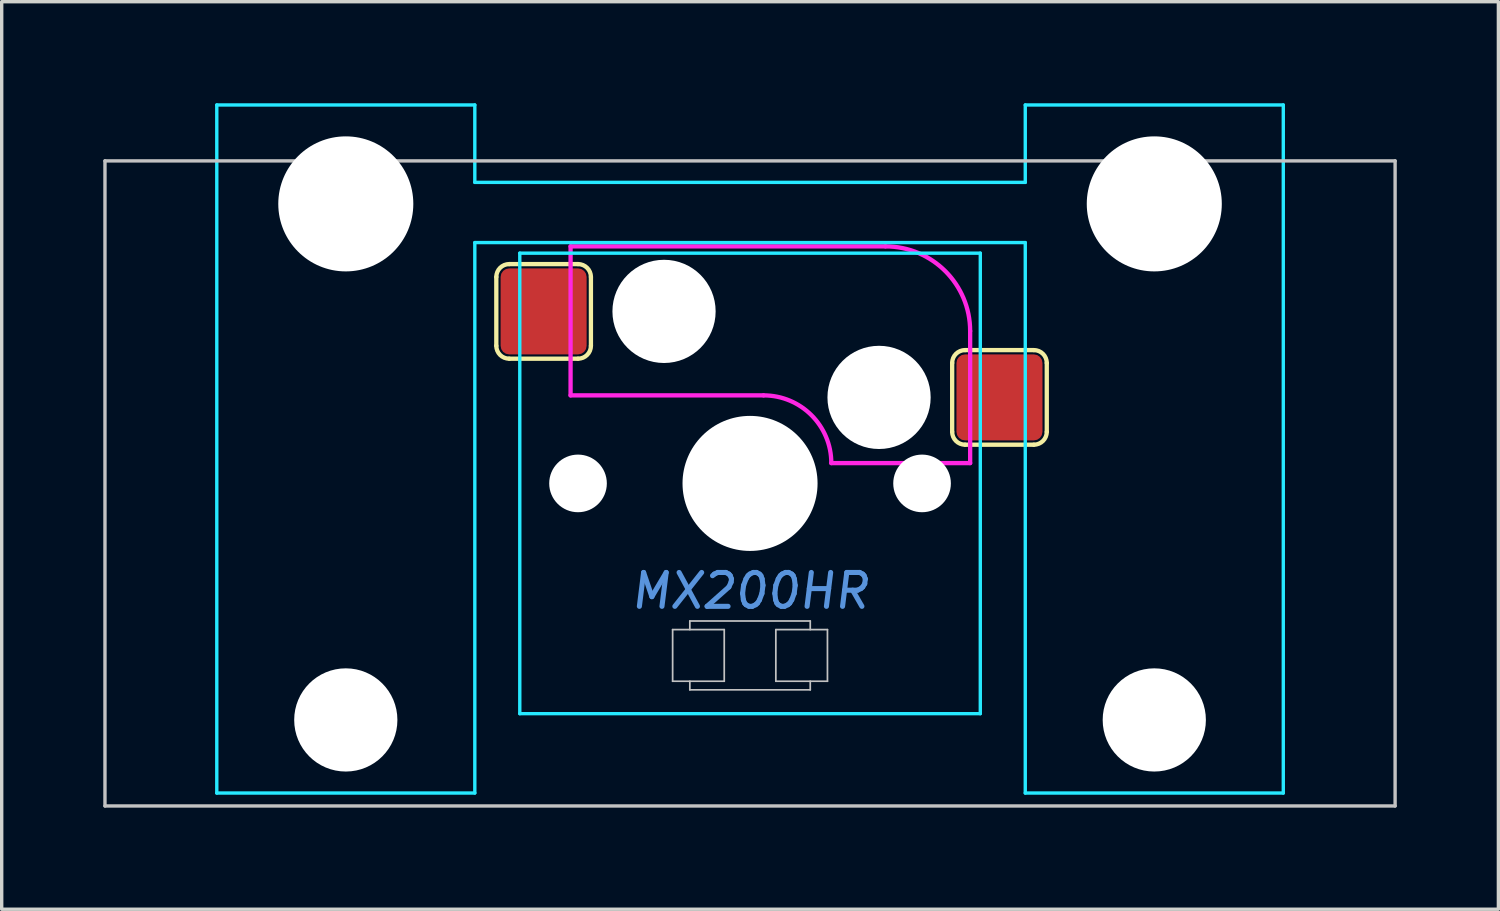
<source format=kicad_pcb>
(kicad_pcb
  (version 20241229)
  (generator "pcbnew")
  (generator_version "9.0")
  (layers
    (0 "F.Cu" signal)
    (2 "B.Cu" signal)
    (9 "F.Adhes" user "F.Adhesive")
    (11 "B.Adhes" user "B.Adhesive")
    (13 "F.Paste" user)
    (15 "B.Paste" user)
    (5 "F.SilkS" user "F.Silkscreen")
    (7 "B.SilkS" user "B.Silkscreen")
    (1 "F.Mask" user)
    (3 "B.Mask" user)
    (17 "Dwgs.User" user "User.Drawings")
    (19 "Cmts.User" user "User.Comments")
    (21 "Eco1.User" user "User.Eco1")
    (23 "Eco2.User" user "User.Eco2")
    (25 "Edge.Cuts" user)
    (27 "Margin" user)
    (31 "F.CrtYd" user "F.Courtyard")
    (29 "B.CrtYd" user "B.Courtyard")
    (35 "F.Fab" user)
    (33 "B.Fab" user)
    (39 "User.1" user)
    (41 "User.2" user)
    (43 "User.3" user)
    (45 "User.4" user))
  (footprint "MX200HR"
    (layer "F.Cu")
    (at 19.1 11.226)
    (property "Reference" "MX200HR" (at 0 3.175 0) (layer "Cmts.User") (effects (font (size 1 1) (thickness 0.15) (italic yes))))
    (attr smd)
    (fp_line (start -7.493 -6.096) (end -7.493 -4.064) (stroke (width 0.127) (type solid)) (layer "F.SilkS"))
    (fp_line (start -7.112 -3.683) (end -5.08 -3.683) (stroke (width 0.127) (type solid)) (layer "F.SilkS"))
    (fp_line (start -5.08 -6.477) (end -7.112 -6.477) (stroke (width 0.127) (type solid)) (layer "F.SilkS"))
    (fp_line (start -4.699 -4.064) (end -4.699 -6.096) (stroke (width 0.127) (type solid)) (layer "F.SilkS"))
    (fp_line (start 5.969 -3.556) (end 5.969 -1.524) (stroke (width 0.127) (type solid)) (layer "F.SilkS"))
    (fp_line (start 6.35 -1.143) (end 8.382 -1.143) (stroke (width 0.127) (type solid)) (layer "F.SilkS"))
    (fp_line (start 8.382 -3.937) (end 6.35 -3.937) (stroke (width 0.127) (type solid)) (layer "F.SilkS"))
    (fp_line (start 8.763 -1.524) (end 8.763 -3.556) (stroke (width 0.127) (type solid)) (layer "F.SilkS"))
    (fp_arc (start -7.493 -6.096) (mid -7.381408 -6.365408) (end -7.112 -6.477) (stroke (width 0.127) (type solid)) (layer "F.SilkS"))
    (fp_arc (start -7.112 -3.683) (mid -7.381408 -3.794592) (end -7.493 -4.064) (stroke (width 0.127) (type solid)) (layer "F.SilkS"))
    (fp_arc (start -5.08 -6.477) (mid -4.810592 -6.365408) (end -4.699 -6.096) (stroke (width 0.127) (type solid)) (layer "F.SilkS"))
    (fp_arc (start -4.699 -4.064) (mid -4.810592 -3.794592) (end -5.08 -3.683) (stroke (width 0.127) (type solid)) (layer "F.SilkS"))
    (fp_arc (start 5.969 -3.556) (mid 6.080592 -3.825408) (end 6.35 -3.937) (stroke (width 0.127) (type solid)) (layer "F.SilkS"))
    (fp_arc (start 6.35 -1.143) (mid 6.080592 -1.254592) (end 5.969 -1.524) (stroke (width 0.127) (type solid)) (layer "F.SilkS"))
    (fp_arc (start 8.382 -3.937) (mid 8.651408 -3.825408) (end 8.763 -3.556) (stroke (width 0.127) (type solid)) (layer "F.SilkS"))
    (fp_arc (start 8.763 -1.524) (mid 8.651408 -1.254592) (end 8.382 -1.143) (stroke (width 0.127) (type solid)) (layer "F.SilkS"))
    (fp_line (start -19.05 -9.525) (end -19.05 9.525) (stroke (width 0.1) (type solid)) (layer "Dwgs.User"))
    (fp_line (start -19.05 -9.525) (end 19.05 -9.525) (stroke (width 0.1) (type solid)) (layer "Dwgs.User"))
    (fp_line (start -19.05 9.525) (end 19.05 9.525) (stroke (width 0.1) (type solid)) (layer "Dwgs.User"))
    (fp_line (start -2.286 4.318) (end -0.762 4.318) (stroke (width 0.051) (type solid)) (layer "Dwgs.User"))
    (fp_line (start -2.286 5.842) (end -2.286 4.318) (stroke (width 0.051) (type solid)) (layer "Dwgs.User"))
    (fp_line (start -1.778 4.064) (end 1.778 4.064) (stroke (width 0.051) (type solid)) (layer "Dwgs.User"))
    (fp_line (start -1.778 4.318) (end -1.778 4.064) (stroke (width 0.051) (type solid)) (layer "Dwgs.User"))
    (fp_line (start -1.778 6.096) (end -1.778 5.842) (stroke (width 0.051) (type solid)) (layer "Dwgs.User"))
    (fp_line (start -0.762 4.318) (end -0.762 5.842) (stroke (width 0.051) (type solid)) (layer "Dwgs.User"))
    (fp_line (start -0.762 5.842) (end -2.286 5.842) (stroke (width 0.051) (type solid)) (layer "Dwgs.User"))
    (fp_line (start 0.762 4.318) (end 2.286 4.318) (stroke (width 0.051) (type solid)) (layer "Dwgs.User"))
    (fp_line (start 0.762 5.842) (end 0.762 4.318) (stroke (width 0.051) (type solid)) (layer "Dwgs.User"))
    (fp_line (start 1.778 4.064) (end 1.778 4.318) (stroke (width 0.051) (type solid)) (layer "Dwgs.User"))
    (fp_line (start 1.778 5.842) (end 1.778 6.096) (stroke (width 0.051) (type solid)) (layer "Dwgs.User"))
    (fp_line (start 1.778 6.096) (end -1.778 6.096) (stroke (width 0.051) (type solid)) (layer "Dwgs.User"))
    (fp_line (start 2.286 4.318) (end 2.286 5.842) (stroke (width 0.051) (type solid)) (layer "Dwgs.User"))
    (fp_line (start 2.286 5.842) (end 0.762 5.842) (stroke (width 0.051) (type solid)) (layer "Dwgs.User"))
    (fp_line (start 19.05 -9.525) (end 19.05 9.525) (stroke (width 0.1) (type solid)) (layer "Dwgs.User"))
    (fp_line (start -17.17 0.889) (end -17.17 2.921) (stroke (width 0.1) (type solid)) (layer "Eco1.User"))
    (fp_line (start -16.789 3.302) (end -16.535 3.302) (stroke (width 0.1) (type solid)) (layer "Eco1.User"))
    (fp_line (start -16.535 0.508) (end -16.789 0.508) (stroke (width 0.1) (type solid)) (layer "Eco1.User"))
    (fp_line (start -16.154 -6.223) (end -16.154 0.127) (stroke (width 0.1) (type solid)) (layer "Eco1.User"))
    (fp_line (start -16.154 3.683) (end -16.154 5.309) (stroke (width 0.1) (type solid)) (layer "Eco1.User"))
    (fp_line (start -15.773 5.69) (end -9.881 5.69) (stroke (width 0.1) (type solid)) (layer "Eco1.User"))
    (fp_line (start -14.732 -6.604) (end -15.773 -6.604) (stroke (width 0.1) (type solid)) (layer "Eco1.User"))
    (fp_line (start -14.351 -7.391) (end -14.351 -6.985) (stroke (width 0.1) (type solid)) (layer "Eco1.User"))
    (fp_line (start -11.684 -7.772) (end -13.97 -7.772) (stroke (width 0.1) (type solid)) (layer "Eco1.User"))
    (fp_line (start -11.303 -6.985) (end -11.303 -7.391) (stroke (width 0.1) (type solid)) (layer "Eco1.User"))
    (fp_line (start -9.881 -6.604) (end -10.922 -6.604) (stroke (width 0.1) (type solid)) (layer "Eco1.User"))
    (fp_line (start -9.5 -6.198) (end -9.5 -6.223) (stroke (width 0.1) (type solid)) (layer "Eco1.User"))
    (fp_line (start -9.5 5.309) (end -9.5 5.258) (stroke (width 0.1) (type solid)) (layer "Eco1.User"))
    (fp_line (start -9.119 4.877) (end -7.366 4.877) (stroke (width 0.1) (type solid)) (layer "Eco1.User"))
    (fp_line (start -7.366 -5.817) (end -9.119 -5.817) (stroke (width 0.1) (type solid)) (layer "Eco1.User"))
    (fp_line (start -6.985 -6.604) (end -6.985 -6.197) (stroke (width 0.1) (type solid)) (layer "Eco1.User"))
    (fp_line (start -6.985 5.258) (end -6.985 6.604) (stroke (width 0.1) (type solid)) (layer "Eco1.User"))
    (fp_line (start -6.604 -6.985) (end 6.604 -6.985) (stroke (width 0.1) (type solid)) (layer "Eco1.User"))
    (fp_line (start -2.159 0) (end 2.159 0) (stroke (width 0.1) (type solid)) (layer "Eco1.User"))
    (fp_line (start 0 2.159) (end 0 -2.159) (stroke (width 0.1) (type solid)) (layer "Eco1.User"))
    (fp_line (start 6.604 6.985) (end -6.604 6.985) (stroke (width 0.1) (type solid)) (layer "Eco1.User"))
    (fp_line (start 6.985 -6.604) (end 6.985 -6.197) (stroke (width 0.1) (type solid)) (layer "Eco1.User"))
    (fp_line (start 6.985 5.258) (end 6.985 6.604) (stroke (width 0.1) (type solid)) (layer "Eco1.User"))
    (fp_line (start 7.366 -5.817) (end 9.119 -5.817) (stroke (width 0.1) (type solid)) (layer "Eco1.User"))
    (fp_line (start 9.119 4.877) (end 7.366 4.877) (stroke (width 0.1) (type solid)) (layer "Eco1.User"))
    (fp_line (start 9.5 -6.198) (end 9.5 -6.223) (stroke (width 0.1) (type solid)) (layer "Eco1.User"))
    (fp_line (start 9.5 5.309) (end 9.5 5.258) (stroke (width 0.1) (type solid)) (layer "Eco1.User"))
    (fp_line (start 9.881 -6.604) (end 10.922 -6.604) (stroke (width 0.1) (type solid)) (layer "Eco1.User"))
    (fp_line (start 11.303 -6.985) (end 11.303 -7.391) (stroke (width 0.1) (type solid)) (layer "Eco1.User"))
    (fp_line (start 11.684 -7.772) (end 13.97 -7.772) (stroke (width 0.1) (type solid)) (layer "Eco1.User"))
    (fp_line (start 14.351 -7.391) (end 14.351 -6.985) (stroke (width 0.1) (type solid)) (layer "Eco1.User"))
    (fp_line (start 14.732 -6.604) (end 15.773 -6.604) (stroke (width 0.1) (type solid)) (layer "Eco1.User"))
    (fp_line (start 15.773 5.69) (end 9.881 5.69) (stroke (width 0.1) (type solid)) (layer "Eco1.User"))
    (fp_line (start 16.154 -6.223) (end 16.154 0.127) (stroke (width 0.1) (type solid)) (layer "Eco1.User"))
    (fp_line (start 16.154 3.683) (end 16.154 5.309) (stroke (width 0.1) (type solid)) (layer "Eco1.User"))
    (fp_line (start 16.535 0.508) (end 16.789 0.508) (stroke (width 0.1) (type solid)) (layer "Eco1.User"))
    (fp_line (start 16.789 3.302) (end 16.535 3.302) (stroke (width 0.1) (type solid)) (layer "Eco1.User"))
    (fp_line (start 17.17 0.889) (end 17.17 2.921) (stroke (width 0.1) (type solid)) (layer "Eco1.User"))
    (fp_arc (start -17.1704 0.889) (mid -17.058808 0.619592) (end -16.7894 0.508) (stroke (width 0.1) (type solid)) (layer "Eco1.User"))
    (fp_arc (start -16.7894 3.302) (mid -17.058808 3.190408) (end -17.1704 2.921) (stroke (width 0.1) (type solid)) (layer "Eco1.User"))
    (fp_arc (start -16.5354 3.302) (mid -16.265992 3.413592) (end -16.1544 3.683) (stroke (width 0.1) (type solid)) (layer "Eco1.User"))
    (fp_arc (start -16.1544 -6.223) (mid -16.042808 -6.492408) (end -15.7734 -6.604) (stroke (width 0.1) (type solid)) (layer "Eco1.User"))
    (fp_arc (start -16.1544 0.127) (mid -16.265992 0.396408) (end -16.5354 0.508) (stroke (width 0.1) (type solid)) (layer "Eco1.User"))
    (fp_arc (start -15.7734 5.6896) (mid -16.042808 5.578008) (end -16.1544 5.3086) (stroke (width 0.1) (type solid)) (layer "Eco1.User"))
    (fp_arc (start -14.351 -7.3914) (mid -14.239408 -7.660808) (end -13.97 -7.7724) (stroke (width 0.1) (type solid)) (layer "Eco1.User"))
    (fp_arc (start -14.351 -6.985) (mid -14.462592 -6.715592) (end -14.732 -6.604) (stroke (width 0.1) (type solid)) (layer "Eco1.User"))
    (fp_arc (start -11.684 -7.7724) (mid -11.414592 -7.660808) (end -11.303 -7.3914) (stroke (width 0.1) (type solid)) (layer "Eco1.User"))
    (fp_arc (start -10.922 -6.604) (mid -11.191408 -6.715592) (end -11.303 -6.985) (stroke (width 0.1) (type solid)) (layer "Eco1.User"))
    (fp_arc (start -9.8806 -6.604) (mid -9.611192 -6.492408) (end -9.4996 -6.223) (stroke (width 0.1) (type solid)) (layer "Eco1.User"))
    (fp_arc (start -9.4996 5.2578) (mid -9.388008 4.988392) (end -9.1186 4.8768) (stroke (width 0.1) (type solid)) (layer "Eco1.User"))
    (fp_arc (start -9.4996 5.3086) (mid -9.611192 5.578008) (end -9.8806 5.6896) (stroke (width 0.1) (type solid)) (layer "Eco1.User"))
    (fp_arc (start -9.1186 -5.8166) (mid -9.388008 -5.928192) (end -9.4996 -6.1976) (stroke (width 0.1) (type solid)) (layer "Eco1.User"))
    (fp_arc (start -7.366 4.8768) (mid -7.096592 4.988392) (end -6.985 5.2578) (stroke (width 0.1) (type solid)) (layer "Eco1.User"))
    (fp_arc (start -6.985 -6.604) (mid -6.873408 -6.873408) (end -6.604 -6.985) (stroke (width 0.1) (type solid)) (layer "Eco1.User"))
    (fp_arc (start -6.985 -6.1976) (mid -7.096592 -5.928192) (end -7.366 -5.8166) (stroke (width 0.1) (type solid)) (layer "Eco1.User"))
    (fp_arc (start -6.604 6.985) (mid -6.873408 6.873408) (end -6.985 6.604) (stroke (width 0.1) (type solid)) (layer "Eco1.User"))
    (fp_arc (start 6.604 -6.985) (mid 6.873408 -6.873408) (end 6.985 -6.604) (stroke (width 0.1) (type solid)) (layer "Eco1.User"))
    (fp_arc (start 6.985 5.2578) (mid 7.096592 4.988392) (end 7.366 4.8768) (stroke (width 0.1) (type solid)) (layer "Eco1.User"))
    (fp_arc (start 6.985 6.604) (mid 6.873408 6.873408) (end 6.604 6.985) (stroke (width 0.1) (type solid)) (layer "Eco1.User"))
    (fp_arc (start 7.366 -5.8166) (mid 7.096592 -5.928192) (end 6.985 -6.1976) (stroke (width 0.1) (type solid)) (layer "Eco1.User"))
    (fp_arc (start 9.1186 4.8768) (mid 9.388008 4.988392) (end 9.4996 5.2578) (stroke (width 0.1) (type solid)) (layer "Eco1.User"))
    (fp_arc (start 9.4996 -6.223) (mid 9.611192 -6.492408) (end 9.8806 -6.604) (stroke (width 0.1) (type solid)) (layer "Eco1.User"))
    (fp_arc (start 9.4996 -6.1976) (mid 9.388008 -5.928192) (end 9.1186 -5.8166) (stroke (width 0.1) (type solid)) (layer "Eco1.User"))
    (fp_arc (start 9.8806 5.6896) (mid 9.611192 5.578008) (end 9.4996 5.3086) (stroke (width 0.1) (type solid)) (layer "Eco1.User"))
    (fp_arc (start 11.303 -7.3914) (mid 11.414592 -7.660808) (end 11.684 -7.7724) (stroke (width 0.1) (type solid)) (layer "Eco1.User"))
    (fp_arc (start 11.303 -6.985) (mid 11.191408 -6.715592) (end 10.922 -6.604) (stroke (width 0.1) (type solid)) (layer "Eco1.User"))
    (fp_arc (start 13.97 -7.7724) (mid 14.239408 -7.660808) (end 14.351 -7.3914) (stroke (width 0.1) (type solid)) (layer "Eco1.User"))
    (fp_arc (start 14.732 -6.604) (mid 14.462592 -6.715592) (end 14.351 -6.985) (stroke (width 0.1) (type solid)) (layer "Eco1.User"))
    (fp_arc (start 15.7734 -6.604) (mid 16.042808 -6.492408) (end 16.1544 -6.223) (stroke (width 0.1) (type solid)) (layer "Eco1.User"))
    (fp_arc (start 16.1544 3.683) (mid 16.265992 3.413592) (end 16.5354 3.302) (stroke (width 0.1) (type solid)) (layer "Eco1.User"))
    (fp_arc (start 16.1544 5.3086) (mid 16.042808 5.578008) (end 15.7734 5.6896) (stroke (width 0.1) (type solid)) (layer "Eco1.User"))
    (fp_arc (start 16.5354 0.508) (mid 16.265992 0.396408) (end 16.1544 0.127) (stroke (width 0.1) (type solid)) (layer "Eco1.User"))
    (fp_arc (start 16.7894 0.508) (mid 17.058808 0.619592) (end 17.1704 0.889) (stroke (width 0.1) (type solid)) (layer "Eco1.User"))
    (fp_arc (start 17.1704 2.921) (mid 17.058808 3.190408) (end 16.7894 3.302) (stroke (width 0.1) (type solid)) (layer "Eco1.User"))
    (fp_circle (center 0 0) (end 1.994 0) (stroke (width 0.1) (type solid)) (fill no) (layer "Eco1.User"))
    (fp_line (start -15.748 -11.176) (end -15.748 9.144) (stroke (width 0.1) (type solid)) (layer "B.CrtYd"))
    (fp_line (start -15.748 9.144) (end -8.128 9.144) (stroke (width 0.1) (type solid)) (layer "B.CrtYd"))
    (fp_line (start -8.128 -11.176) (end -15.748 -11.176) (stroke (width 0.1) (type solid)) (layer "B.CrtYd"))
    (fp_line (start -8.128 -8.89) (end -8.128 -11.176) (stroke (width 0.1) (type solid)) (layer "B.CrtYd"))
    (fp_line (start -8.128 -7.112) (end -8.128 9.142) (stroke (width 0.1) (type solid)) (layer "B.CrtYd"))
    (fp_line (start -6.8 -6.8) (end -6.8 6.8) (stroke (width 0.1) (type solid)) (layer "B.CrtYd"))
    (fp_line (start 6.8 -6.8) (end -6.8 -6.8) (stroke (width 0.1) (type solid)) (layer "B.CrtYd"))
    (fp_line (start 6.8 -6.8) (end 6.8 6.8) (stroke (width 0.1) (type solid)) (layer "B.CrtYd"))
    (fp_line (start 6.8 6.8) (end -6.8 6.8) (stroke (width 0.1) (type solid)) (layer "B.CrtYd"))
    (fp_line (start 8.128 -8.89) (end -8.128 -8.89) (stroke (width 0.1) (type solid)) (layer "B.CrtYd"))
    (fp_line (start 8.128 -8.89) (end 8.128 -11.176) (stroke (width 0.1) (type solid)) (layer "B.CrtYd"))
    (fp_line (start 8.128 -7.112) (end -8.128 -7.112) (stroke (width 0.1) (type solid)) (layer "B.CrtYd"))
    (fp_line (start 8.128 -7.112) (end 8.128 9.144) (stroke (width 0.1) (type solid)) (layer "B.CrtYd"))
    (fp_line (start 8.128 9.144) (end 15.748 9.144) (stroke (width 0.1) (type solid)) (layer "B.CrtYd"))
    (fp_line (start 15.748 -11.176) (end 8.128 -11.176) (stroke (width 0.1) (type solid)) (layer "B.CrtYd"))
    (fp_line (start 15.748 9.144) (end 15.748 -11.176) (stroke (width 0.1) (type solid)) (layer "B.CrtYd"))
    (fp_line (start -5.3 -7) (end -5.3 -2.6) (stroke (width 0.127) (type solid)) (layer "F.CrtYd"))
    (fp_line (start -5.3 -7) (end 4 -7) (stroke (width 0.127) (type solid)) (layer "F.CrtYd"))
    (fp_line (start 0.4 -2.6) (end -5.3 -2.6) (stroke (width 0.127) (type solid)) (layer "F.CrtYd"))
    (fp_line (start 6.5 -4.5) (end 6.5 -0.6) (stroke (width 0.127) (type solid)) (layer "F.CrtYd"))
    (fp_line (start 6.5 -0.6) (end 2.4 -0.6) (stroke (width 0.127) (type solid)) (layer "F.CrtYd"))
    (fp_arc (start 0.4 -2.6) (mid 1.814214 -2.014214) (end 2.4 -0.6) (stroke (width 0.127) (type solid)) (layer "F.CrtYd"))
    (fp_arc (start 4 -7) (mid 5.767767 -6.267767) (end 6.5 -4.5) (stroke (width 0.127) (type solid)) (layer "F.CrtYd"))
    (pad "" np_thru_hole circle (at -11.938 -8.255 180) (size 3.988 3.988) (drill 3.988) (layers "*.Cu" "*.Mask"))
    (pad "" np_thru_hole circle (at -11.938 6.985 180) (size 3.048 3.048) (drill 3.048) (layers "*.Cu" "*.Mask"))
    (pad "" np_thru_hole circle (at -5.08 0) (size 1.702 1.702) (drill 1.702) (layers "*.Cu" "*.Mask"))
    (pad "" np_thru_hole circle (at -2.54 -5.08) (size 3.048 3.048) (drill 3.048) (layers "*.Cu" "*.Mask"))
    (pad "" np_thru_hole circle (at 0 0) (size 3.988 3.988) (drill 3.988) (layers "*.Cu" "*.Mask"))
    (pad "" np_thru_hole circle (at 3.81 -2.54) (size 3.048 3.048) (drill 3.048) (layers "*.Cu" "*.Mask"))
    (pad "" np_thru_hole circle (at 5.08 0) (size 1.702 1.702) (drill 1.702) (layers "*.Cu" "*.Mask"))
    (pad "" np_thru_hole circle (at 11.938 -8.255 180) (size 3.988 3.988) (drill 3.988) (layers "*.Cu" "*.Mask"))
    (pad "" np_thru_hole circle (at 11.938 6.985 180) (size 3.048 3.048) (drill 3.048) (layers "*.Cu" "*.Mask"))
    (pad "1" smd roundrect (at -6.096 -5.08) (size 2.54 2.54) (layers "F.Cu" "F.Mask") (roundrect_rratio 0.1))
    (pad "2" smd roundrect (at 7.366 -2.54) (size 2.54 2.54) (layers "F.Cu" "F.Mask") (roundrect_rratio 0.1)))
  (gr_rect
    (start -3 -3)
    (end 41.2 23.801)
    (stroke (width 0.1) (type default))
    (fill no)
    (layer "Edge.Cuts")))
</source>
